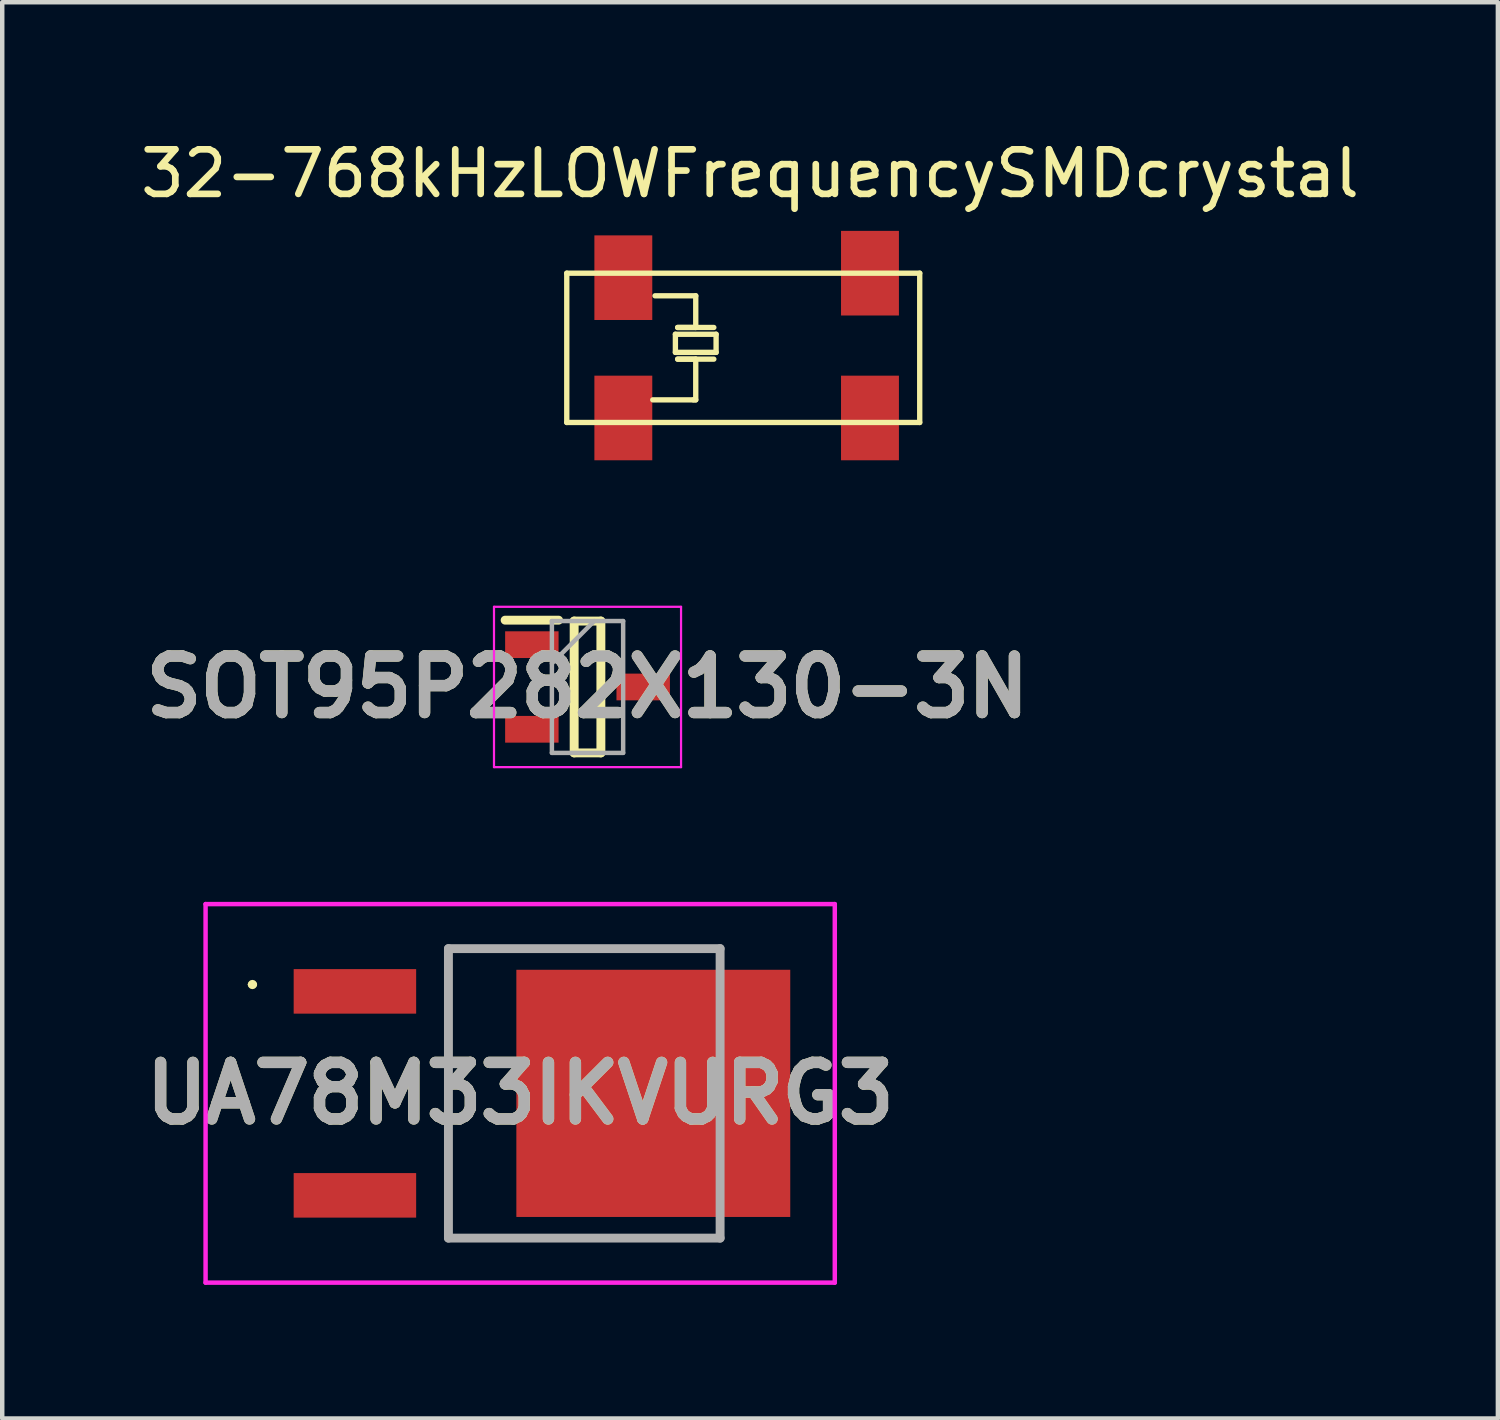
<source format=kicad_pcb>
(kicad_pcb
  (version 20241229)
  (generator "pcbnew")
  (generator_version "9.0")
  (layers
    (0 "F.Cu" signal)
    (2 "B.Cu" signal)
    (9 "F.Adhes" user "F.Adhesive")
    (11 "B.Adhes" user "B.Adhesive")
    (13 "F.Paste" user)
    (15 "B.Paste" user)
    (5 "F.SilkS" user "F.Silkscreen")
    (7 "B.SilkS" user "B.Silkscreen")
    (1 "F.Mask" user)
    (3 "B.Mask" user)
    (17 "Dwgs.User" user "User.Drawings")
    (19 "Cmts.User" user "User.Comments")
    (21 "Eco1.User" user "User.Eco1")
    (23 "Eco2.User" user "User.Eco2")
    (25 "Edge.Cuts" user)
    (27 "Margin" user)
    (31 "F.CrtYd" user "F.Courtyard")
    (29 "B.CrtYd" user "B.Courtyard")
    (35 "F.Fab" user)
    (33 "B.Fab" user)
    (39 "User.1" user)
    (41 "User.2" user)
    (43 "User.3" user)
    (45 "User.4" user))
  (footprint "32-768kHzLOWFrequencySMDcrystal"
    (layer "F.Cu")
    (at 10.286 7.3)
    (property "Reference" "32-768kHzLOWFrequencySMDcrystal" (at 3.505 -6.452 0) (layer "F.SilkS") (effects (font (size 1 1) (thickness 0.15))))
    (attr through_hole)
    (fp_line (start -0.61 -4.216) (end 7.315 -4.216) (stroke (width 0.12) (type solid)) (layer "F.SilkS"))
    (fp_line (start -0.61 -0.864) (end -0.61 -4.216) (stroke (width 0.12) (type solid)) (layer "F.SilkS"))
    (fp_line (start 1.321 -1.372) (end 2.235 -1.372) (stroke (width 0.12) (type solid)) (layer "F.SilkS"))
    (fp_line (start 1.372 -3.708) (end 2.286 -3.708) (stroke (width 0.12) (type solid)) (layer "F.SilkS"))
    (fp_line (start 1.829 -2.845) (end 2.743 -2.845) (stroke (width 0.12) (type solid)) (layer "F.SilkS"))
    (fp_line (start 1.829 -2.438) (end 1.829 -2.845) (stroke (width 0.12) (type solid)) (layer "F.SilkS"))
    (fp_line (start 1.88 -2.997) (end 2.692 -2.997) (stroke (width 0.12) (type solid)) (layer "F.SilkS"))
    (fp_line (start 1.88 -2.286) (end 2.692 -2.286) (stroke (width 0.12) (type solid)) (layer "F.SilkS"))
    (fp_line (start 2.235 -1.372) (end 2.286 -1.372) (stroke (width 0.12) (type solid)) (layer "F.SilkS"))
    (fp_line (start 2.286 -3.708) (end 2.286 -2.997) (stroke (width 0.12) (type solid)) (layer "F.SilkS"))
    (fp_line (start 2.286 -2.997) (end 1.88 -2.997) (stroke (width 0.12) (type solid)) (layer "F.SilkS"))
    (fp_line (start 2.286 -2.286) (end 1.88 -2.286) (stroke (width 0.12) (type solid)) (layer "F.SilkS"))
    (fp_line (start 2.286 -1.372) (end 2.286 -2.286) (stroke (width 0.12) (type solid)) (layer "F.SilkS"))
    (fp_line (start 2.743 -2.845) (end 2.743 -2.438) (stroke (width 0.12) (type solid)) (layer "F.SilkS"))
    (fp_line (start 2.743 -2.438) (end 1.829 -2.438) (stroke (width 0.12) (type solid)) (layer "F.SilkS"))
    (fp_line (start 7.315 -4.216) (end 7.315 -0.864) (stroke (width 0.12) (type solid)) (layer "F.SilkS"))
    (fp_line (start 7.315 -0.864) (end -0.61 -0.864) (stroke (width 0.12) (type solid)) (layer "F.SilkS"))
    (pad "1" smd rect (at 0.66 -0.965) (size 1.3 1.9) (layers "F.Cu" "F.Mask" "F.Paste"))
    (pad "2" smd rect (at 0.66 -4.115) (size 1.3 1.9) (layers "F.Cu" "F.Mask" "F.Paste"))
    (pad "3" smd rect (at 6.198 -0.965) (size 1.3 1.9) (layers "F.Cu" "F.Mask" "F.Paste"))
    (pad "4" smd rect (at 6.198 -4.216) (size 1.3 1.9) (layers "F.Cu" "F.Mask" "F.Paste")))
  (footprint "SOT95P282X130-3N"
    (layer "F.Cu")
    (at 10.142 12.375)
    (property "Reference" "SOT95P282X130-3N" (at 0 0 0) (layer "F.SilkS") (effects (font (size 1.27 1.27) (thickness 0.254))))
    (attr smd)
    (fp_line (start -1.85 -1.5) (end -0.65 -1.5) (stroke (width 0.2) (type solid)) (layer "F.SilkS"))
    (fp_line (start -0.3 -1.48) (end 0.3 -1.48) (stroke (width 0.2) (type solid)) (layer "F.SilkS"))
    (fp_line (start -0.3 1.48) (end -0.3 -1.48) (stroke (width 0.2) (type solid)) (layer "F.SilkS"))
    (fp_line (start 0.3 -1.48) (end 0.3 1.48) (stroke (width 0.2) (type solid)) (layer "F.SilkS"))
    (fp_line (start 0.3 1.48) (end -0.3 1.48) (stroke (width 0.2) (type solid)) (layer "F.SilkS"))
    (fp_line (start -2.1 -1.8) (end 2.1 -1.8) (stroke (width 0.05) (type solid)) (layer "F.CrtYd"))
    (fp_line (start -2.1 1.8) (end -2.1 -1.8) (stroke (width 0.05) (type solid)) (layer "F.CrtYd"))
    (fp_line (start 2.1 -1.8) (end 2.1 1.8) (stroke (width 0.05) (type solid)) (layer "F.CrtYd"))
    (fp_line (start 2.1 1.8) (end -2.1 1.8) (stroke (width 0.05) (type solid)) (layer "F.CrtYd"))
    (fp_line (start -0.8 -1.48) (end 0.8 -1.48) (stroke (width 0.1) (type solid)) (layer "F.Fab"))
    (fp_line (start -0.8 -0.53) (end 0.15 -1.48) (stroke (width 0.1) (type solid)) (layer "F.Fab"))
    (fp_line (start -0.8 1.48) (end -0.8 -1.48) (stroke (width 0.1) (type solid)) (layer "F.Fab"))
    (fp_line (start 0.8 -1.48) (end 0.8 1.48) (stroke (width 0.1) (type solid)) (layer "F.Fab"))
    (fp_line (start 0.8 1.48) (end -0.8 1.48) (stroke (width 0.1) (type solid)) (layer "F.Fab"))
    (fp_text user "${REFERENCE}" (at 0 0 0) (layer "F.Fab") (effects (font (size 1.27 1.27) (thickness 0.254))))
    (pad "1" smd rect (at -1.25 -0.95 90) (size 0.6 1.2) (layers "F.Cu" "F.Mask" "F.Paste"))
    (pad "2" smd rect (at -1.25 0.95 90) (size 0.6 1.2) (layers "F.Cu" "F.Mask" "F.Paste"))
    (pad "3" smd rect (at 1.25 0 90) (size 0.6 1.2) (layers "F.Cu" "F.Mask" "F.Paste")))
  (footprint "UA78M33IKVURG3"
    (layer "F.Cu")
    (at 4.919 21.5)
    (property "Reference" "UA78M33IKVURG3" (at 3.711 0 0) (layer "F.SilkS") (effects (font (size 1.27 1.27) (thickness 0.254))))
    (attr smd)
    (fp_line (start -2.353 -2.444) (end -2.353 -2.444) (stroke (width 0.104) (type solid)) (layer "F.SilkS"))
    (fp_line (start -2.249 -2.444) (end -2.249 -2.444) (stroke (width 0.104) (type solid)) (layer "F.SilkS"))
    (fp_line (start 2.1 -3.25) (end 2.1 3.25) (stroke (width 0.1) (type solid)) (layer "F.SilkS"))
    (fp_line (start 2.1 3.25) (end 8.2 3.25) (stroke (width 0.1) (type solid)) (layer "F.SilkS"))
    (fp_line (start 8.2 -3.25) (end 2.1 -3.25) (stroke (width 0.1) (type solid)) (layer "F.SilkS"))
    (fp_arc (start -2.353 -2.444) (mid -2.301 -2.496) (end -2.249 -2.444) (stroke (width 0.104) (type solid)) (layer "F.SilkS"))
    (fp_arc (start -2.249 -2.444) (mid -2.301 -2.392) (end -2.353 -2.444) (stroke (width 0.104) (type solid)) (layer "F.SilkS"))
    (fp_line (start -3.353 -4.25) (end 10.775 -4.25) (stroke (width 0.1) (type solid)) (layer "F.CrtYd"))
    (fp_line (start -3.353 4.25) (end -3.353 -4.25) (stroke (width 0.1) (type solid)) (layer "F.CrtYd"))
    (fp_line (start 10.775 -4.25) (end 10.775 4.25) (stroke (width 0.1) (type solid)) (layer "F.CrtYd"))
    (fp_line (start 10.775 4.25) (end -3.353 4.25) (stroke (width 0.1) (type solid)) (layer "F.CrtYd"))
    (fp_line (start 2.1 -3.25) (end 8.2 -3.25) (stroke (width 0.2) (type solid)) (layer "F.Fab"))
    (fp_line (start 2.1 3.25) (end 2.1 -3.25) (stroke (width 0.2) (type solid)) (layer "F.Fab"))
    (fp_line (start 8.2 -3.25) (end 8.2 3.25) (stroke (width 0.2) (type solid)) (layer "F.Fab"))
    (fp_line (start 8.2 3.25) (end 2.1 3.25) (stroke (width 0.2) (type solid)) (layer "F.Fab"))
    (fp_text user "${REFERENCE}" (at 3.711 0 0) (layer "F.Fab") (effects (font (size 1.27 1.27) (thickness 0.254))))
    (pad "1" smd rect (at 0 -2.29 90) (size 1 2.75) (layers "F.Cu" "F.Mask" "F.Paste"))
    (pad "3" smd rect (at 0 2.29 90) (size 1 2.75) (layers "F.Cu" "F.Mask" "F.Paste"))
    (pad "4" smd rect (at 6.7 0 90) (size 5.55 6.15) (layers "F.Cu" "F.Mask" "F.Paste")))
  (gr_rect
    (start -3 -3)
    (end 30.583 28.8)
    (stroke (width 0.1) (type default))
    (fill no)
    (layer "Edge.Cuts")))
</source>
